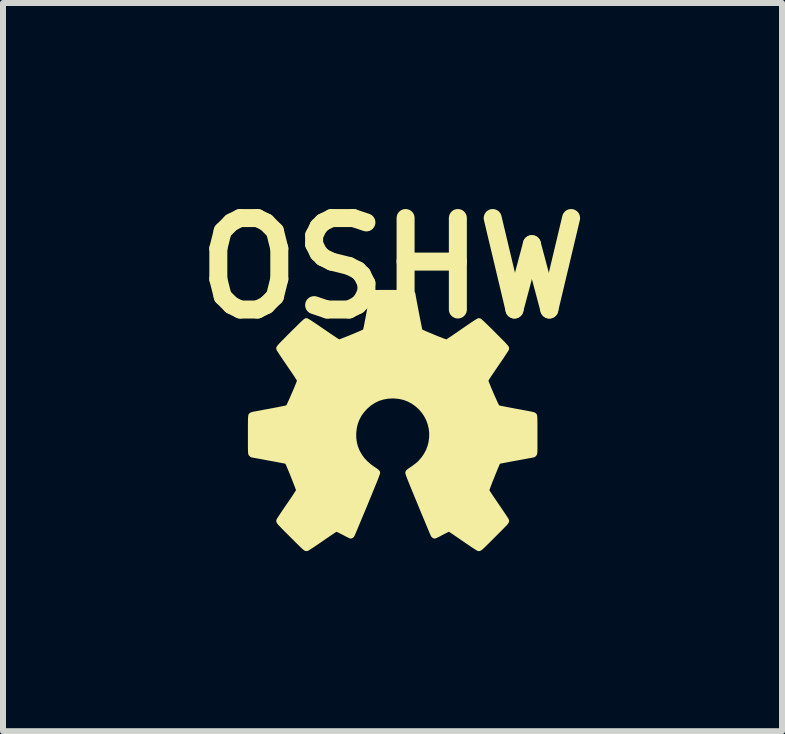
<source format=kicad_pcb>
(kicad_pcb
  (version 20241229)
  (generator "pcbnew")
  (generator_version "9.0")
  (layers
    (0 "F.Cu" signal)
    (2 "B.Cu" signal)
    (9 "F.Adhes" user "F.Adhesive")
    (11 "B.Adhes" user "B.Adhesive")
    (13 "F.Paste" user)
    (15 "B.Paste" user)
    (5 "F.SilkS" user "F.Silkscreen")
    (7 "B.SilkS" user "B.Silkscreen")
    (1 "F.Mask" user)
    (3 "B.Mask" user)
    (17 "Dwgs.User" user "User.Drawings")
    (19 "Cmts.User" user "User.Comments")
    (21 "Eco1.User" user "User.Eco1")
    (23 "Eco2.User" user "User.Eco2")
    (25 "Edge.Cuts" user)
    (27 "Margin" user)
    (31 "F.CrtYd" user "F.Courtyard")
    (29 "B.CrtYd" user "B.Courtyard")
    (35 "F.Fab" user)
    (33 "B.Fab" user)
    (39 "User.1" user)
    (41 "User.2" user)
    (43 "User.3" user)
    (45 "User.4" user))
  (footprint "OSHW"
    (layer "F.Cu")
    (at 3.491 3.958)
    (property "Reference" "OSHW" (at 0 -2.54 0) (layer "F.SilkS") (effects (font (size 1.524 1.524) (thickness 0.3))))
    (attr through_hole)
    (fp_poly (pts (xy 2.365 0.236) (xy 2.365 0.301) (xy 2.365 0.356) (xy 2.365 0.403) (xy 2.365 0.441) (xy 2.365 0.472) (xy 2.364 0.496) (xy 2.364 0.515) (xy 2.363 0.529) (xy 2.362 0.539) (xy 2.36 0.546) (xy 2.359 0.55) (xy 2.357 0.553) (xy 2.355 0.556) (xy 2.346 0.563) (xy 2.34 0.566) (xy 2.333 0.567) (xy 2.317 0.57) (xy 2.291 0.575) (xy 2.254 0.581) (xy 2.209 0.59) (xy 2.154 0.6) (xy 2.091 0.612) (xy 2.018 0.625) (xy 1.938 0.64) (xy 1.848 0.657) (xy 1.822 0.662) (xy 1.793 0.668) (xy 1.773 0.673) (xy 1.76 0.679) (xy 1.752 0.684) (xy 1.748 0.692) (xy 1.74 0.708) (xy 1.73 0.732) (xy 1.717 0.762) (xy 1.703 0.796) (xy 1.687 0.835) (xy 1.67 0.876) (xy 1.653 0.919) (xy 1.636 0.962) (xy 1.619 1.003) (xy 1.604 1.043) (xy 1.59 1.079) (xy 1.579 1.11) (xy 1.57 1.135) (xy 1.564 1.153) (xy 1.561 1.163) (xy 1.561 1.163) (xy 1.563 1.17) (xy 1.568 1.18) (xy 1.577 1.196) (xy 1.591 1.218) (xy 1.609 1.246) (xy 1.632 1.281) (xy 1.661 1.323) (xy 1.695 1.373) (xy 1.726 1.419) (xy 1.757 1.464) (xy 1.786 1.507) (xy 1.813 1.547) (xy 1.837 1.583) (xy 1.857 1.613) (xy 1.874 1.639) (xy 1.885 1.657) (xy 1.892 1.669) (xy 1.893 1.671) (xy 1.893 1.675) (xy 1.89 1.68) (xy 1.885 1.688) (xy 1.877 1.698) (xy 1.865 1.712) (xy 1.848 1.729) (xy 1.827 1.751) (xy 1.8 1.779) (xy 1.768 1.811) (xy 1.729 1.85) (xy 1.683 1.896) (xy 1.673 1.906) (xy 1.626 1.953) (xy 1.586 1.993) (xy 1.552 2.027) (xy 1.524 2.054) (xy 1.501 2.077) (xy 1.483 2.094) (xy 1.468 2.107) (xy 1.457 2.116) (xy 1.449 2.122) (xy 1.443 2.125) (xy 1.439 2.126) (xy 1.438 2.126) (xy 1.431 2.123) (xy 1.416 2.114) (xy 1.395 2.1) (xy 1.368 2.083) (xy 1.336 2.062) (xy 1.301 2.038) (xy 1.263 2.012) (xy 1.252 2.005) (xy 1.211 1.977) (xy 1.17 1.949) (xy 1.13 1.921) (xy 1.094 1.896) (xy 1.061 1.874) (xy 1.035 1.856) (xy 1.016 1.843) (xy 1.016 1.843) (xy 0.992 1.827) (xy 0.971 1.814) (xy 0.954 1.805) (xy 0.942 1.8) (xy 0.94 1.799) (xy 0.932 1.802) (xy 0.917 1.808) (xy 0.895 1.819) (xy 0.868 1.832) (xy 0.837 1.848) (xy 0.819 1.857) (xy 0.787 1.874) (xy 0.759 1.889) (xy 0.734 1.901) (xy 0.716 1.91) (xy 0.704 1.915) (xy 0.701 1.916) (xy 0.693 1.912) (xy 0.686 1.904) (xy 0.683 1.897) (xy 0.676 1.882) (xy 0.665 1.858) (xy 0.652 1.826) (xy 0.635 1.787) (xy 0.616 1.741) (xy 0.595 1.69) (xy 0.572 1.634) (xy 0.546 1.573) (xy 0.519 1.508) (xy 0.491 1.441) (xy 0.469 1.386) (xy 0.431 1.294) (xy 0.397 1.212) (xy 0.367 1.139) (xy 0.341 1.075) (xy 0.319 1.021) (xy 0.301 0.975) (xy 0.286 0.937) (xy 0.275 0.908) (xy 0.268 0.887) (xy 0.263 0.874) (xy 0.263 0.869) (xy 0.269 0.86) (xy 0.283 0.848) (xy 0.301 0.835) (xy 0.336 0.812) (xy 0.372 0.786) (xy 0.408 0.759) (xy 0.44 0.733) (xy 0.466 0.709) (xy 0.469 0.705) (xy 0.523 0.644) (xy 0.568 0.578) (xy 0.605 0.508) (xy 0.632 0.435) (xy 0.651 0.359) (xy 0.66 0.281) (xy 0.661 0.203) (xy 0.652 0.125) (xy 0.634 0.049) (xy 0.607 -0.025) (xy 0.57 -0.097) (xy 0.529 -0.158) (xy 0.474 -0.222) (xy 0.413 -0.277) (xy 0.346 -0.324) (xy 0.275 -0.362) (xy 0.199 -0.391) (xy 0.119 -0.409) (xy 0.035 -0.418) (xy 0.003 -0.419) (xy -0.082 -0.414) (xy -0.163 -0.399) (xy -0.241 -0.375) (xy -0.314 -0.34) (xy -0.383 -0.296) (xy -0.447 -0.242) (xy -0.454 -0.236) (xy -0.511 -0.174) (xy -0.559 -0.108) (xy -0.597 -0.037) (xy -0.626 0.038) (xy -0.645 0.117) (xy -0.654 0.201) (xy -0.655 0.212) (xy -0.654 0.293) (xy -0.644 0.369) (xy -0.626 0.442) (xy -0.598 0.512) (xy -0.584 0.541) (xy -0.547 0.603) (xy -0.504 0.661) (xy -0.452 0.716) (xy -0.392 0.768) (xy -0.323 0.818) (xy -0.296 0.835) (xy -0.277 0.849) (xy -0.263 0.861) (xy -0.257 0.869) (xy -0.258 0.875) (xy -0.263 0.889) (xy -0.271 0.911) (xy -0.282 0.941) (xy -0.297 0.98) (xy -0.316 1.027) (xy -0.339 1.082) (xy -0.365 1.147) (xy -0.395 1.221) (xy -0.43 1.305) (xy -0.463 1.386) (xy -0.492 1.456) (xy -0.52 1.523) (xy -0.547 1.587) (xy -0.572 1.647) (xy -0.595 1.702) (xy -0.616 1.752) (xy -0.634 1.796) (xy -0.65 1.833) (xy -0.663 1.864) (xy -0.672 1.886) (xy -0.678 1.899) (xy -0.68 1.904) (xy -0.689 1.913) (xy -0.696 1.916) (xy -0.702 1.913) (xy -0.717 1.906) (xy -0.738 1.896) (xy -0.764 1.883) (xy -0.794 1.867) (xy -0.813 1.857) (xy -0.845 1.841) (xy -0.874 1.826) (xy -0.899 1.814) (xy -0.919 1.805) (xy -0.931 1.8) (xy -0.935 1.799) (xy -0.943 1.802) (xy -0.958 1.81) (xy -0.978 1.822) (xy -1.001 1.837) (xy -1.01 1.843) (xy -1.029 1.856) (xy -1.056 1.874) (xy -1.088 1.896) (xy -1.125 1.921) (xy -1.164 1.948) (xy -1.206 1.977) (xy -1.247 2.005) (xy -1.247 2.005) (xy -1.285 2.031) (xy -1.322 2.056) (xy -1.354 2.077) (xy -1.383 2.096) (xy -1.406 2.111) (xy -1.422 2.121) (xy -1.432 2.126) (xy -1.433 2.126) (xy -1.436 2.126) (xy -1.441 2.124) (xy -1.448 2.119) (xy -1.458 2.111) (xy -1.471 2.1) (xy -1.488 2.084) (xy -1.509 2.064) (xy -1.535 2.038) (xy -1.567 2.007) (xy -1.604 1.97) (xy -1.649 1.926) (xy -1.668 1.906) (xy -1.715 1.859) (xy -1.756 1.819) (xy -1.789 1.785) (xy -1.817 1.756) (xy -1.839 1.733) (xy -1.857 1.715) (xy -1.87 1.7) (xy -1.879 1.689) (xy -1.885 1.681) (xy -1.887 1.676) (xy -1.888 1.672) (xy -1.888 1.671) (xy -1.885 1.665) (xy -1.876 1.65) (xy -1.862 1.629) (xy -1.844 1.601) (xy -1.822 1.568) (xy -1.797 1.531) (xy -1.769 1.489) (xy -1.739 1.445) (xy -1.721 1.419) (xy -1.682 1.362) (xy -1.649 1.314) (xy -1.622 1.274) (xy -1.6 1.24) (xy -1.583 1.214) (xy -1.57 1.193) (xy -1.561 1.178) (xy -1.557 1.168) (xy -1.556 1.164) (xy -1.558 1.155) (xy -1.563 1.138) (xy -1.572 1.114) (xy -1.583 1.084) (xy -1.597 1.048) (xy -1.612 1.009) (xy -1.628 0.968) (xy -1.645 0.925) (xy -1.662 0.883) (xy -1.679 0.841) (xy -1.695 0.802) (xy -1.71 0.767) (xy -1.723 0.736) (xy -1.734 0.711) (xy -1.742 0.694) (xy -1.747 0.685) (xy -1.747 0.684) (xy -1.755 0.678) (xy -1.769 0.673) (xy -1.79 0.667) (xy -1.817 0.662) (xy -1.902 0.646) (xy -1.98 0.631) (xy -2.052 0.618) (xy -2.117 0.606) (xy -2.174 0.595) (xy -2.223 0.586) (xy -2.264 0.579) (xy -2.296 0.573) (xy -2.319 0.569) (xy -2.332 0.567) (xy -2.335 0.566) (xy -2.341 0.563) (xy -2.349 0.556) (xy -2.352 0.553) (xy -2.354 0.55) (xy -2.355 0.545) (xy -2.356 0.538) (xy -2.358 0.528) (xy -2.358 0.513) (xy -2.359 0.494) (xy -2.359 0.469) (xy -2.36 0.438) (xy -2.36 0.399) (xy -2.36 0.352) (xy -2.36 0.296) (xy -2.36 0.236) (xy -2.36 0.169) (xy -2.36 0.112) (xy -2.36 0.063) (xy -2.359 0.023) (xy -2.359 -0.009) (xy -2.358 -0.034) (xy -2.357 -0.054) (xy -2.356 -0.067) (xy -2.355 -0.076) (xy -2.353 -0.081) (xy -2.353 -0.082) (xy -2.343 -0.089) (xy -2.324 -0.095) (xy -2.309 -0.098) (xy -2.297 -0.101) (xy -2.275 -0.105) (xy -2.246 -0.11) (xy -2.209 -0.117) (xy -2.167 -0.125) (xy -2.12 -0.134) (xy -2.069 -0.143) (xy -2.017 -0.153) (xy -2.011 -0.154) (xy -1.959 -0.164) (xy -1.911 -0.173) (xy -1.866 -0.182) (xy -1.826 -0.19) (xy -1.792 -0.197) (xy -1.766 -0.203) (xy -1.747 -0.207) (xy -1.738 -0.21) (xy -1.737 -0.21) (xy -1.733 -0.217) (xy -1.725 -0.232) (xy -1.714 -0.254) (xy -1.7 -0.283) (xy -1.685 -0.316) (xy -1.668 -0.354) (xy -1.651 -0.393) (xy -1.633 -0.435) (xy -1.615 -0.476) (xy -1.598 -0.516) (xy -1.582 -0.554) (xy -1.568 -0.589) (xy -1.556 -0.619) (xy -1.547 -0.643) (xy -1.542 -0.66) (xy -1.54 -0.668) (xy -1.541 -0.673) (xy -1.545 -0.683) (xy -1.553 -0.696) (xy -1.564 -0.714) (xy -1.579 -0.738) (xy -1.598 -0.767) (xy -1.623 -0.804) (xy -1.652 -0.847) (xy -1.687 -0.898) (xy -1.713 -0.936) (xy -1.745 -0.982) (xy -1.774 -1.026) (xy -1.802 -1.067) (xy -1.827 -1.104) (xy -1.848 -1.136) (xy -1.865 -1.163) (xy -1.878 -1.183) (xy -1.886 -1.196) (xy -1.888 -1.2) (xy -1.888 -1.204) (xy -1.885 -1.209) (xy -1.88 -1.217) (xy -1.871 -1.228) (xy -1.858 -1.242) (xy -1.841 -1.26) (xy -1.82 -1.283) (xy -1.792 -1.31) (xy -1.759 -1.344) (xy -1.72 -1.384) (xy -1.673 -1.43) (xy -1.669 -1.435) (xy -1.615 -1.488) (xy -1.568 -1.534) (xy -1.529 -1.573) (xy -1.497 -1.604) (xy -1.471 -1.628) (xy -1.453 -1.644) (xy -1.441 -1.654) (xy -1.436 -1.656) (xy -1.43 -1.653) (xy -1.416 -1.645) (xy -1.394 -1.632) (xy -1.367 -1.614) (xy -1.334 -1.592) (xy -1.296 -1.567) (xy -1.254 -1.539) (xy -1.21 -1.508) (xy -1.166 -1.478) (xy -1.109 -1.439) (xy -1.06 -1.406) (xy -1.019 -1.378) (xy -0.984 -1.355) (xy -0.956 -1.336) (xy -0.934 -1.322) (xy -0.916 -1.312) (xy -0.904 -1.305) (xy -0.896 -1.302) (xy -0.892 -1.301) (xy -0.883 -1.303) (xy -0.865 -1.308) (xy -0.841 -1.317) (xy -0.811 -1.329) (xy -0.776 -1.342) (xy -0.738 -1.357) (xy -0.698 -1.373) (xy -0.657 -1.39) (xy -0.616 -1.407) (xy -0.577 -1.424) (xy -0.541 -1.439) (xy -0.509 -1.453) (xy -0.483 -1.465) (xy -0.462 -1.475) (xy -0.45 -1.482) (xy -0.447 -1.484) (xy -0.445 -1.491) (xy -0.441 -1.508) (xy -0.435 -1.533) (xy -0.428 -1.565) (xy -0.42 -1.604) (xy -0.412 -1.649) (xy -0.402 -1.699) (xy -0.392 -1.752) (xy -0.383 -1.802) (xy -0.37 -1.871) (xy -0.359 -1.93) (xy -0.349 -1.979) (xy -0.341 -2.02) (xy -0.334 -2.053) (xy -0.328 -2.079) (xy -0.324 -2.098) (xy -0.32 -2.11) (xy -0.317 -2.117) (xy -0.316 -2.118) (xy -0.314 -2.12) (xy -0.31 -2.122) (xy -0.304 -2.123) (xy -0.295 -2.124) (xy -0.282 -2.125) (xy -0.265 -2.126) (xy -0.242 -2.126) (xy -0.212 -2.127) (xy -0.176 -2.127) (xy -0.132 -2.127) (xy -0.079 -2.127) (xy -0.017 -2.127) (xy 0.003 -2.127) (xy 0.068 -2.127) (xy 0.123 -2.127) (xy 0.169 -2.127) (xy 0.207 -2.127) (xy 0.238 -2.127) (xy 0.263 -2.126) (xy 0.282 -2.125) (xy 0.296 -2.125) (xy 0.306 -2.124) (xy 0.313 -2.122) (xy 0.317 -2.121) (xy 0.32 -2.119) (xy 0.323 -2.117) (xy 0.331 -2.107) (xy 0.333 -2.101) (xy 0.334 -2.092) (xy 0.337 -2.075) (xy 0.342 -2.05) (xy 0.347 -2.018) (xy 0.354 -1.98) (xy 0.362 -1.938) (xy 0.371 -1.892) (xy 0.38 -1.844) (xy 0.389 -1.795) (xy 0.399 -1.746) (xy 0.408 -1.697) (xy 0.417 -1.651) (xy 0.426 -1.609) (xy 0.433 -1.571) (xy 0.44 -1.538) (xy 0.445 -1.512) (xy 0.449 -1.494) (xy 0.452 -1.485) (xy 0.452 -1.484) (xy 0.458 -1.48) (xy 0.473 -1.472) (xy 0.496 -1.462) (xy 0.524 -1.449) (xy 0.558 -1.434) (xy 0.595 -1.419) (xy 0.635 -1.402) (xy 0.675 -1.385) (xy 0.716 -1.368) (xy 0.756 -1.352) (xy 0.793 -1.338) (xy 0.826 -1.325) (xy 0.855 -1.314) (xy 0.877 -1.306) (xy 0.892 -1.302) (xy 0.897 -1.301) (xy 0.9 -1.301) (xy 0.904 -1.302) (xy 0.909 -1.303) (xy 0.915 -1.307) (xy 0.924 -1.311) (xy 0.935 -1.318) (xy 0.95 -1.328) (xy 0.969 -1.34) (xy 0.992 -1.355) (xy 1.02 -1.374) (xy 1.053 -1.397) (xy 1.093 -1.424) (xy 1.139 -1.456) (xy 1.193 -1.493) (xy 1.254 -1.535) (xy 1.301 -1.567) (xy 1.334 -1.59) (xy 1.365 -1.61) (xy 1.392 -1.628) (xy 1.415 -1.642) (xy 1.431 -1.652) (xy 1.44 -1.656) (xy 1.441 -1.656) (xy 1.448 -1.653) (xy 1.46 -1.642) (xy 1.48 -1.624) (xy 1.507 -1.599) (xy 1.54 -1.567) (xy 1.581 -1.527) (xy 1.629 -1.48) (xy 1.674 -1.435) (xy 1.721 -1.387) (xy 1.761 -1.347) (xy 1.795 -1.313) (xy 1.823 -1.285) (xy 1.845 -1.262) (xy 1.862 -1.243) (xy 1.875 -1.229) (xy 1.884 -1.218) (xy 1.89 -1.21) (xy 1.893 -1.204) (xy 1.893 -1.201) (xy 1.893 -1.2) (xy 1.89 -1.194) (xy 1.881 -1.179) (xy 1.867 -1.158) (xy 1.849 -1.13) (xy 1.827 -1.097) (xy 1.802 -1.059) (xy 1.774 -1.018) (xy 1.743 -0.973) (xy 1.718 -0.936) (xy 1.679 -0.879) (xy 1.647 -0.831) (xy 1.619 -0.79) (xy 1.596 -0.756) (xy 1.578 -0.729) (xy 1.565 -0.707) (xy 1.555 -0.69) (xy 1.549 -0.678) (xy 1.546 -0.671) (xy 1.545 -0.668) (xy 1.547 -0.659) (xy 1.553 -0.641) (xy 1.562 -0.617) (xy 1.574 -0.587) (xy 1.588 -0.552) (xy 1.604 -0.514) (xy 1.621 -0.474) (xy 1.639 -0.432) (xy 1.657 -0.391) (xy 1.675 -0.351) (xy 1.691 -0.314) (xy 1.706 -0.281) (xy 1.72 -0.253) (xy 1.731 -0.231) (xy 1.739 -0.216) (xy 1.743 -0.21) (xy 1.75 -0.208) (xy 1.767 -0.204) (xy 1.792 -0.198) (xy 1.824 -0.191) (xy 1.863 -0.184) (xy 1.907 -0.175) (xy 1.954 -0.166) (xy 2.006 -0.156) (xy 2.016 -0.154) (xy 2.069 -0.144) (xy 2.119 -0.135) (xy 2.167 -0.126) (xy 2.21 -0.118) (xy 2.247 -0.111) (xy 2.278 -0.105) (xy 2.3 -0.101) (xy 2.314 -0.098) (xy 2.315 -0.098) (xy 2.338 -0.092) (xy 2.354 -0.086) (xy 2.358 -0.082) (xy 2.36 -0.078) (xy 2.361 -0.07) (xy 2.362 -0.058) (xy 2.363 -0.04) (xy 2.364 -0.016) (xy 2.364 0.014) (xy 2.365 0.052) (xy 2.365 0.098) (xy 2.365 0.153) (xy 2.365 0.218) (xy 2.365 0.236)) (stroke (width 0.1) (type solid)) (fill yes) (layer "F.SilkS")))
  (gr_rect
    (start -3 -3)
    (end 9.981 9.134)
    (stroke (width 0.1) (type default))
    (fill no)
    (layer "Edge.Cuts")))
</source>
